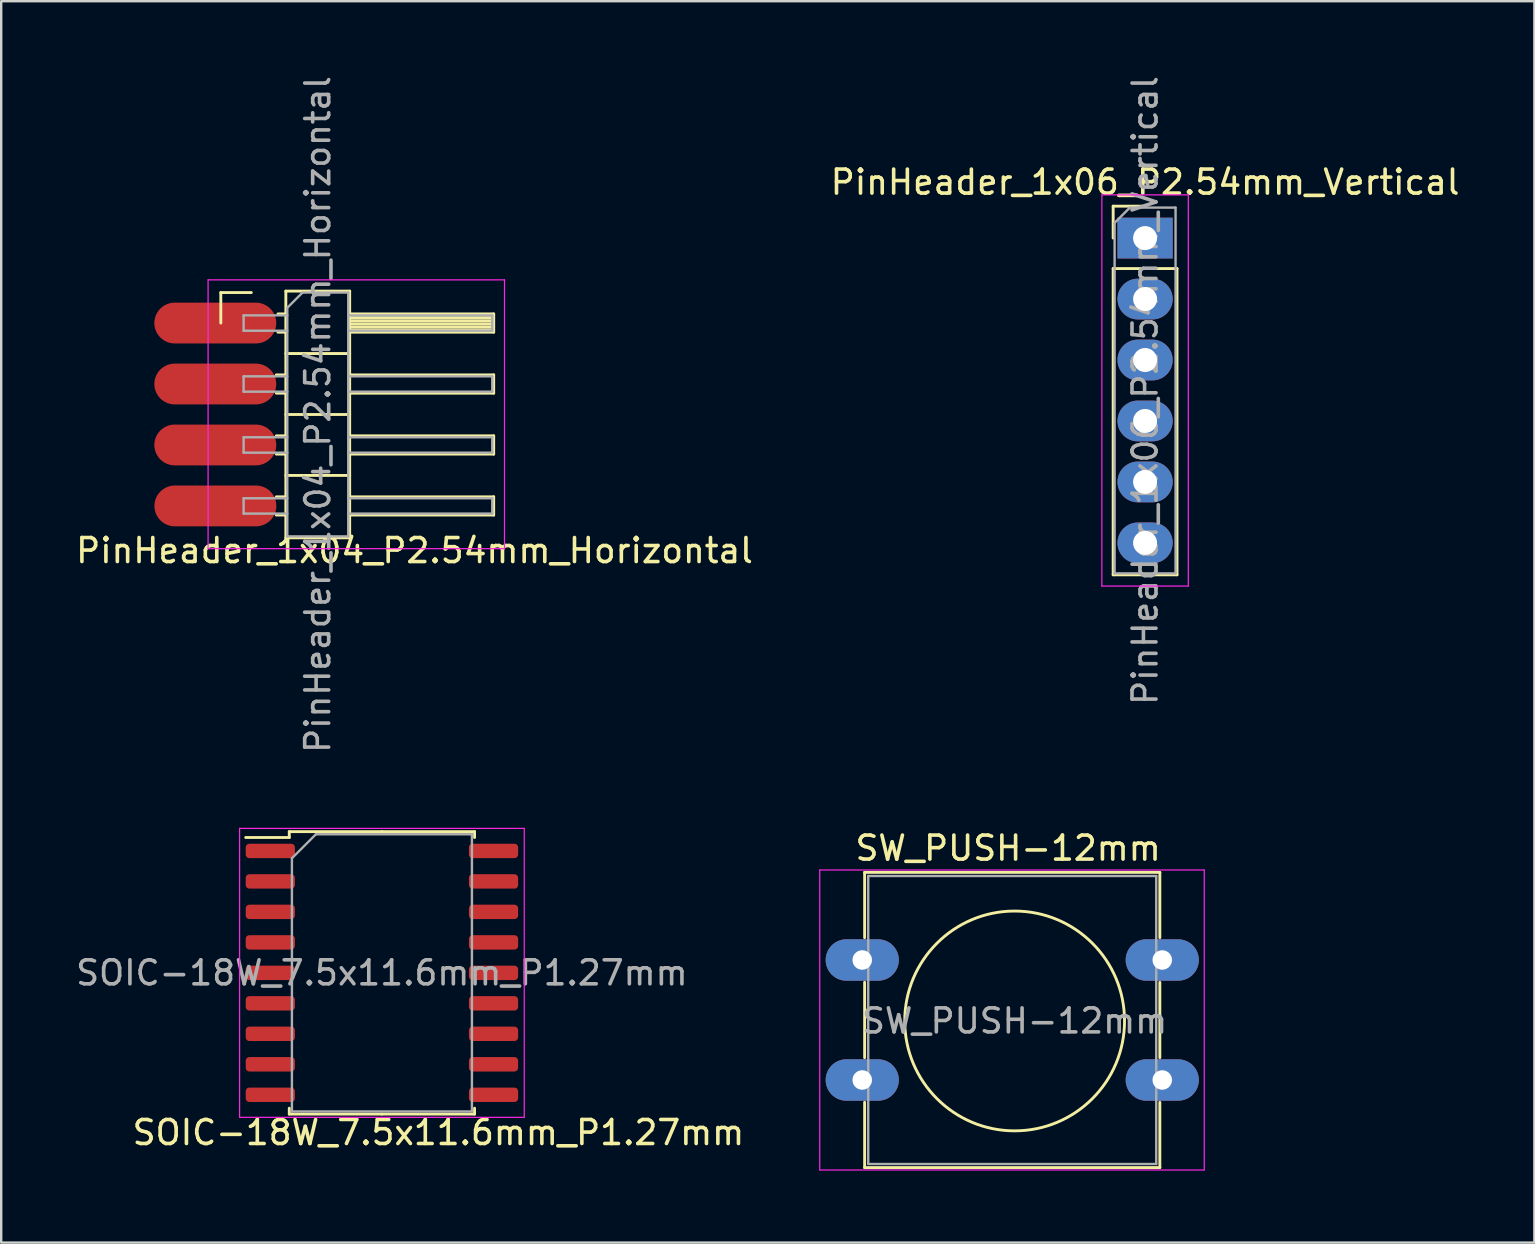
<source format=kicad_pcb>
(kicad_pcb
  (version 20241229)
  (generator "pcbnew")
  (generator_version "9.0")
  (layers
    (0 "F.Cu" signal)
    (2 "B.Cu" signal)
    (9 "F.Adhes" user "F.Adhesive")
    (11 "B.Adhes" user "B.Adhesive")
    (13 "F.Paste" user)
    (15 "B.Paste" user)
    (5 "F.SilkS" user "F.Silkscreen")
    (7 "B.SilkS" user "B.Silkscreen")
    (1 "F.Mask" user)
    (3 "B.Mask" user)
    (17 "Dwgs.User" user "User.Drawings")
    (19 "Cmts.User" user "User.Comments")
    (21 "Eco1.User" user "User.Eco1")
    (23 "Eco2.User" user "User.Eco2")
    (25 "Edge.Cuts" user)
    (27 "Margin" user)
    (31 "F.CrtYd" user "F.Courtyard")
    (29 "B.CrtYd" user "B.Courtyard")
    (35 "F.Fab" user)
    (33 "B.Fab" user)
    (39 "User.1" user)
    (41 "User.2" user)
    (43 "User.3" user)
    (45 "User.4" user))
  (footprint "SOIC-18W_7.5x11.6mm_P1.27mm"
    (layer "F.Cu")
    (at 12.863 37.485)
    (property "Reference" "SOIC-18W_7.5x11.6mm_P1.27mm" (at 2.355 6.655 180) (layer "F.SilkS") (effects (font (size 1 1) (thickness 0.15))))
    (attr smd)
    (fp_line (start -3.86 -5.885) (end -3.86 -5.64) (stroke (width 0.12) (type solid)) (layer "F.SilkS"))
    (fp_line (start -3.86 -5.64) (end -5.675 -5.64) (stroke (width 0.12) (type solid)) (layer "F.SilkS"))
    (fp_line (start -3.86 5.885) (end -3.86 5.64) (stroke (width 0.12) (type solid)) (layer "F.SilkS"))
    (fp_line (start 0 -5.885) (end -3.86 -5.885) (stroke (width 0.12) (type solid)) (layer "F.SilkS"))
    (fp_line (start 0 -5.885) (end 3.86 -5.885) (stroke (width 0.12) (type solid)) (layer "F.SilkS"))
    (fp_line (start 0 5.885) (end -3.86 5.885) (stroke (width 0.12) (type solid)) (layer "F.SilkS"))
    (fp_line (start 0 5.885) (end 3.86 5.885) (stroke (width 0.12) (type solid)) (layer "F.SilkS"))
    (fp_line (start 3.86 -5.885) (end 3.86 -5.64) (stroke (width 0.12) (type solid)) (layer "F.SilkS"))
    (fp_line (start 3.86 5.885) (end 3.86 5.64) (stroke (width 0.12) (type solid)) (layer "F.SilkS"))
    (fp_line (start -5.93 -6.02) (end -5.93 6.02) (stroke (width 0.05) (type solid)) (layer "F.CrtYd"))
    (fp_line (start -5.93 6.02) (end 5.93 6.02) (stroke (width 0.05) (type solid)) (layer "F.CrtYd"))
    (fp_line (start 5.93 -6.02) (end -5.93 -6.02) (stroke (width 0.05) (type solid)) (layer "F.CrtYd"))
    (fp_line (start 5.93 6.02) (end 5.93 -6.02) (stroke (width 0.05) (type solid)) (layer "F.CrtYd"))
    (fp_line (start -3.75 -4.775) (end -2.75 -5.775) (stroke (width 0.1) (type solid)) (layer "F.Fab"))
    (fp_line (start -3.75 5.775) (end -3.75 -4.775) (stroke (width 0.1) (type solid)) (layer "F.Fab"))
    (fp_line (start -2.75 -5.775) (end 3.75 -5.775) (stroke (width 0.1) (type solid)) (layer "F.Fab"))
    (fp_line (start 3.75 -5.775) (end 3.75 5.775) (stroke (width 0.1) (type solid)) (layer "F.Fab"))
    (fp_line (start 3.75 5.775) (end -3.75 5.775) (stroke (width 0.1) (type solid)) (layer "F.Fab"))
    (fp_text user "${REFERENCE}" (at 0 0 180) (layer "F.Fab") (effects (font (size 1 1) (thickness 0.15))))
    (pad "1" smd roundrect (at -4.65 -5.08) (size 2.05 0.6) (layers "F.Cu" "F.Mask" "F.Paste") (roundrect_rratio 0.25))
    (pad "2" smd roundrect (at -4.65 -3.81) (size 2.05 0.6) (layers "F.Cu" "F.Mask" "F.Paste") (roundrect_rratio 0.25))
    (pad "3" smd roundrect (at -4.65 -2.54) (size 2.05 0.6) (layers "F.Cu" "F.Mask" "F.Paste") (roundrect_rratio 0.25))
    (pad "4" smd roundrect (at -4.65 -1.27) (size 2.05 0.6) (layers "F.Cu" "F.Mask" "F.Paste") (roundrect_rratio 0.25))
    (pad "5" smd roundrect (at -4.65 0) (size 2.05 0.6) (layers "F.Cu" "F.Mask" "F.Paste") (roundrect_rratio 0.25))
    (pad "6" smd roundrect (at -4.65 1.27) (size 2.05 0.6) (layers "F.Cu" "F.Mask" "F.Paste") (roundrect_rratio 0.25))
    (pad "7" smd roundrect (at -4.65 2.54) (size 2.05 0.6) (layers "F.Cu" "F.Mask" "F.Paste") (roundrect_rratio 0.25))
    (pad "8" smd roundrect (at -4.65 3.81) (size 2.05 0.6) (layers "F.Cu" "F.Mask" "F.Paste") (roundrect_rratio 0.25))
    (pad "9" smd roundrect (at -4.65 5.08) (size 2.05 0.6) (layers "F.Cu" "F.Mask" "F.Paste") (roundrect_rratio 0.25))
    (pad "10" smd roundrect (at 4.65 5.08) (size 2.05 0.6) (layers "F.Cu" "F.Mask" "F.Paste") (roundrect_rratio 0.25))
    (pad "11" smd roundrect (at 4.65 3.81) (size 2.05 0.6) (layers "F.Cu" "F.Mask" "F.Paste") (roundrect_rratio 0.25))
    (pad "12" smd roundrect (at 4.65 2.54) (size 2.05 0.6) (layers "F.Cu" "F.Mask" "F.Paste") (roundrect_rratio 0.25))
    (pad "13" smd roundrect (at 4.65 1.27) (size 2.05 0.6) (layers "F.Cu" "F.Mask" "F.Paste") (roundrect_rratio 0.25))
    (pad "14" smd roundrect (at 4.65 0) (size 2.05 0.6) (layers "F.Cu" "F.Mask" "F.Paste") (roundrect_rratio 0.25))
    (pad "15" smd roundrect (at 4.65 -1.27) (size 2.05 0.6) (layers "F.Cu" "F.Mask" "F.Paste") (roundrect_rratio 0.25))
    (pad "16" smd roundrect (at 4.65 -2.54) (size 2.05 0.6) (layers "F.Cu" "F.Mask" "F.Paste") (roundrect_rratio 0.25))
    (pad "17" smd roundrect (at 4.65 -3.81) (size 2.05 0.6) (layers "F.Cu" "F.Mask" "F.Paste") (roundrect_rratio 0.25))
    (pad "18" smd roundrect (at 4.65 -5.08) (size 2.05 0.6) (layers "F.Cu" "F.Mask" "F.Paste") (roundrect_rratio 0.25)))
  (footprint "PinHeader_1x04_P2.54mm_Horizontal"
    (layer "F.Cu")
    (at 7.42 10.41)
    (property "Reference" "PinHeader_1x04_P2.54mm_Horizontal" (at 6.8 9.481 0) (layer "F.SilkS") (effects (font (size 1 1) (thickness 0.15))))
    (attr smd)
    (fp_line (start -1.27 -1.27) (end 0 -1.27) (stroke (width 0.12) (type solid)) (layer "F.SilkS"))
    (fp_line (start -1.27 0) (end -1.27 -1.27) (stroke (width 0.12) (type solid)) (layer "F.SilkS"))
    (fp_line (start 1.043 2.16) (end 1.44 2.16) (stroke (width 0.12) (type solid)) (layer "F.SilkS"))
    (fp_line (start 1.043 2.92) (end 1.44 2.92) (stroke (width 0.12) (type solid)) (layer "F.SilkS"))
    (fp_line (start 1.043 4.7) (end 1.44 4.7) (stroke (width 0.12) (type solid)) (layer "F.SilkS"))
    (fp_line (start 1.043 5.46) (end 1.44 5.46) (stroke (width 0.12) (type solid)) (layer "F.SilkS"))
    (fp_line (start 1.043 7.24) (end 1.44 7.24) (stroke (width 0.12) (type solid)) (layer "F.SilkS"))
    (fp_line (start 1.043 8) (end 1.44 8) (stroke (width 0.12) (type solid)) (layer "F.SilkS"))
    (fp_line (start 1.11 -0.38) (end 1.44 -0.38) (stroke (width 0.12) (type solid)) (layer "F.SilkS"))
    (fp_line (start 1.11 0.38) (end 1.44 0.38) (stroke (width 0.12) (type solid)) (layer "F.SilkS"))
    (fp_line (start 1.44 -1.33) (end 1.44 8.95) (stroke (width 0.12) (type solid)) (layer "F.SilkS"))
    (fp_line (start 1.44 1.27) (end 4.1 1.27) (stroke (width 0.12) (type solid)) (layer "F.SilkS"))
    (fp_line (start 1.44 3.81) (end 4.1 3.81) (stroke (width 0.12) (type solid)) (layer "F.SilkS"))
    (fp_line (start 1.44 6.35) (end 4.1 6.35) (stroke (width 0.12) (type solid)) (layer "F.SilkS"))
    (fp_line (start 1.44 8.95) (end 4.1 8.95) (stroke (width 0.12) (type solid)) (layer "F.SilkS"))
    (fp_line (start 4.1 -1.33) (end 1.44 -1.33) (stroke (width 0.12) (type solid)) (layer "F.SilkS"))
    (fp_line (start 4.1 -0.38) (end 10.1 -0.38) (stroke (width 0.12) (type solid)) (layer "F.SilkS"))
    (fp_line (start 4.1 -0.32) (end 10.1 -0.32) (stroke (width 0.12) (type solid)) (layer "F.SilkS"))
    (fp_line (start 4.1 -0.2) (end 10.1 -0.2) (stroke (width 0.12) (type solid)) (layer "F.SilkS"))
    (fp_line (start 4.1 -0.08) (end 10.1 -0.08) (stroke (width 0.12) (type solid)) (layer "F.SilkS"))
    (fp_line (start 4.1 0.04) (end 10.1 0.04) (stroke (width 0.12) (type solid)) (layer "F.SilkS"))
    (fp_line (start 4.1 0.16) (end 10.1 0.16) (stroke (width 0.12) (type solid)) (layer "F.SilkS"))
    (fp_line (start 4.1 0.28) (end 10.1 0.28) (stroke (width 0.12) (type solid)) (layer "F.SilkS"))
    (fp_line (start 4.1 2.16) (end 10.1 2.16) (stroke (width 0.12) (type solid)) (layer "F.SilkS"))
    (fp_line (start 4.1 4.7) (end 10.1 4.7) (stroke (width 0.12) (type solid)) (layer "F.SilkS"))
    (fp_line (start 4.1 7.24) (end 10.1 7.24) (stroke (width 0.12) (type solid)) (layer "F.SilkS"))
    (fp_line (start 4.1 8.95) (end 4.1 -1.33) (stroke (width 0.12) (type solid)) (layer "F.SilkS"))
    (fp_line (start 10.1 -0.38) (end 10.1 0.38) (stroke (width 0.12) (type solid)) (layer "F.SilkS"))
    (fp_line (start 10.1 0.38) (end 4.1 0.38) (stroke (width 0.12) (type solid)) (layer "F.SilkS"))
    (fp_line (start 10.1 2.16) (end 10.1 2.92) (stroke (width 0.12) (type solid)) (layer "F.SilkS"))
    (fp_line (start 10.1 2.92) (end 4.1 2.92) (stroke (width 0.12) (type solid)) (layer "F.SilkS"))
    (fp_line (start 10.1 4.7) (end 10.1 5.46) (stroke (width 0.12) (type solid)) (layer "F.SilkS"))
    (fp_line (start 10.1 5.46) (end 4.1 5.46) (stroke (width 0.12) (type solid)) (layer "F.SilkS"))
    (fp_line (start 10.1 7.24) (end 10.1 8) (stroke (width 0.12) (type solid)) (layer "F.SilkS"))
    (fp_line (start 10.1 8) (end 4.1 8) (stroke (width 0.12) (type solid)) (layer "F.SilkS"))
    (fp_line (start -1.8 -1.8) (end -1.8 9.4) (stroke (width 0.05) (type solid)) (layer "F.CrtYd"))
    (fp_line (start -1.8 9.4) (end 10.55 9.4) (stroke (width 0.05) (type solid)) (layer "F.CrtYd"))
    (fp_line (start 10.55 -1.8) (end -1.8 -1.8) (stroke (width 0.05) (type solid)) (layer "F.CrtYd"))
    (fp_line (start 10.55 9.4) (end 10.55 -1.8) (stroke (width 0.05) (type solid)) (layer "F.CrtYd"))
    (fp_line (start -0.32 -0.32) (end -0.32 0.32) (stroke (width 0.1) (type solid)) (layer "F.Fab"))
    (fp_line (start -0.32 -0.32) (end 1.5 -0.32) (stroke (width 0.1) (type solid)) (layer "F.Fab"))
    (fp_line (start -0.32 0.32) (end 1.5 0.32) (stroke (width 0.1) (type solid)) (layer "F.Fab"))
    (fp_line (start -0.32 2.22) (end -0.32 2.86) (stroke (width 0.1) (type solid)) (layer "F.Fab"))
    (fp_line (start -0.32 2.22) (end 1.5 2.22) (stroke (width 0.1) (type solid)) (layer "F.Fab"))
    (fp_line (start -0.32 2.86) (end 1.5 2.86) (stroke (width 0.1) (type solid)) (layer "F.Fab"))
    (fp_line (start -0.32 4.76) (end -0.32 5.4) (stroke (width 0.1) (type solid)) (layer "F.Fab"))
    (fp_line (start -0.32 4.76) (end 1.5 4.76) (stroke (width 0.1) (type solid)) (layer "F.Fab"))
    (fp_line (start -0.32 5.4) (end 1.5 5.4) (stroke (width 0.1) (type solid)) (layer "F.Fab"))
    (fp_line (start -0.32 7.3) (end -0.32 7.94) (stroke (width 0.1) (type solid)) (layer "F.Fab"))
    (fp_line (start -0.32 7.3) (end 1.5 7.3) (stroke (width 0.1) (type solid)) (layer "F.Fab"))
    (fp_line (start -0.32 7.94) (end 1.5 7.94) (stroke (width 0.1) (type solid)) (layer "F.Fab"))
    (fp_line (start 1.5 -0.635) (end 2.135 -1.27) (stroke (width 0.1) (type solid)) (layer "F.Fab"))
    (fp_line (start 1.5 8.89) (end 1.5 -0.635) (stroke (width 0.1) (type solid)) (layer "F.Fab"))
    (fp_line (start 2.135 -1.27) (end 4.04 -1.27) (stroke (width 0.1) (type solid)) (layer "F.Fab"))
    (fp_line (start 4.04 -1.27) (end 4.04 8.89) (stroke (width 0.1) (type solid)) (layer "F.Fab"))
    (fp_line (start 4.04 -0.32) (end 10.04 -0.32) (stroke (width 0.1) (type solid)) (layer "F.Fab"))
    (fp_line (start 4.04 0.32) (end 10.04 0.32) (stroke (width 0.1) (type solid)) (layer "F.Fab"))
    (fp_line (start 4.04 2.22) (end 10.04 2.22) (stroke (width 0.1) (type solid)) (layer "F.Fab"))
    (fp_line (start 4.04 2.86) (end 10.04 2.86) (stroke (width 0.1) (type solid)) (layer "F.Fab"))
    (fp_line (start 4.04 4.76) (end 10.04 4.76) (stroke (width 0.1) (type solid)) (layer "F.Fab"))
    (fp_line (start 4.04 5.4) (end 10.04 5.4) (stroke (width 0.1) (type solid)) (layer "F.Fab"))
    (fp_line (start 4.04 7.3) (end 10.04 7.3) (stroke (width 0.1) (type solid)) (layer "F.Fab"))
    (fp_line (start 4.04 7.94) (end 10.04 7.94) (stroke (width 0.1) (type solid)) (layer "F.Fab"))
    (fp_line (start 4.04 8.89) (end 1.5 8.89) (stroke (width 0.1) (type solid)) (layer "F.Fab"))
    (fp_line (start 10.04 -0.32) (end 10.04 0.32) (stroke (width 0.1) (type solid)) (layer "F.Fab"))
    (fp_line (start 10.04 2.22) (end 10.04 2.86) (stroke (width 0.1) (type solid)) (layer "F.Fab"))
    (fp_line (start 10.04 4.76) (end 10.04 5.4) (stroke (width 0.1) (type solid)) (layer "F.Fab"))
    (fp_line (start 10.04 7.3) (end 10.04 7.94) (stroke (width 0.1) (type solid)) (layer "F.Fab"))
    (fp_text user "${REFERENCE}" (at 2.77 3.81 90) (layer "F.Fab") (effects (font (size 1 1) (thickness 0.15))))
    (pad "1" smd oval (at -1.5 0) (size 5.08 1.7) (layers "F.Cu" "F.Mask" "F.Paste"))
    (pad "2" smd oval (at -1.5 2.54) (size 5.08 1.7) (layers "F.Cu" "F.Mask" "F.Paste"))
    (pad "3" smd oval (at -1.5 5.08) (size 5.08 1.7) (layers "F.Cu" "F.Mask" "F.Paste"))
    (pad "4" smd oval (at -1.496 7.62) (size 5.08 1.7) (layers "F.Cu" "F.Mask" "F.Paste")))
  (footprint "SW_PUSH-12mm"
    (layer "F.Cu")
    (at 32.876 36.949)
    (property "Reference" "SW_PUSH-12mm" (at 6.08 -4.66 0) (layer "F.SilkS") (effects (font (size 1 1) (thickness 0.15))))
    (attr through_hole)
    (fp_line (start 0.1 -3.65) (end 12.4 -3.65) (stroke (width 0.12) (type solid)) (layer "F.SilkS"))
    (fp_line (start 0.1 -0.93) (end 0.1 -3.65) (stroke (width 0.12) (type solid)) (layer "F.SilkS"))
    (fp_line (start 0.1 4.07) (end 0.1 0.93) (stroke (width 0.12) (type solid)) (layer "F.SilkS"))
    (fp_line (start 0.1 8.65) (end 0.1 5.93) (stroke (width 0.12) (type solid)) (layer "F.SilkS"))
    (fp_line (start 12.4 -3.65) (end 12.4 -0.93) (stroke (width 0.12) (type solid)) (layer "F.SilkS"))
    (fp_line (start 12.4 0.93) (end 12.4 4.07) (stroke (width 0.12) (type solid)) (layer "F.SilkS"))
    (fp_line (start 12.4 5.93) (end 12.4 8.65) (stroke (width 0.12) (type solid)) (layer "F.SilkS"))
    (fp_line (start 12.4 8.65) (end 0.1 8.65) (stroke (width 0.12) (type solid)) (layer "F.SilkS"))
    (fp_circle (center 6.35 2.54) (end 10.16 5.08) (stroke (width 0.12) (type solid)) (fill no) (layer "F.SilkS"))
    (fp_line (start -1.77 -3.75) (end -1.77 8.75) (stroke (width 0.05) (type solid)) (layer "F.CrtYd"))
    (fp_line (start -1.77 -3.75) (end 14.25 -3.75) (stroke (width 0.05) (type solid)) (layer "F.CrtYd"))
    (fp_line (start 14.25 8.75) (end -1.77 8.75) (stroke (width 0.05) (type solid)) (layer "F.CrtYd"))
    (fp_line (start 14.25 8.75) (end 14.25 -3.75) (stroke (width 0.05) (type solid)) (layer "F.CrtYd"))
    (fp_line (start 0.25 -3.5) (end 0.25 8.5) (stroke (width 0.1) (type solid)) (layer "F.Fab"))
    (fp_line (start 0.25 -3.5) (end 12.25 -3.5) (stroke (width 0.1) (type solid)) (layer "F.Fab"))
    (fp_line (start 0.25 8.5) (end 12.25 8.5) (stroke (width 0.1) (type solid)) (layer "F.Fab"))
    (fp_line (start 12.25 -3.5) (end 12.25 8.5) (stroke (width 0.1) (type solid)) (layer "F.Fab"))
    (fp_text user "${REFERENCE}" (at 6.35 2.54 0) (layer "F.Fab") (effects (font (size 1 1) (thickness 0.15))))
    (pad "1" thru_hole oval (at 0 0) (size 3.048 1.727) (drill 0.813) (layers "*.Cu" "*.Mask"))
    (pad "1" thru_hole oval (at 12.5 0) (size 3.048 1.727) (drill 0.813) (layers "*.Cu" "*.Mask"))
    (pad "2" thru_hole oval (at 0 5) (size 3.048 1.727) (drill 0.813) (layers "*.Cu" "*.Mask"))
    (pad "2" thru_hole oval (at 12.5 5) (size 3.048 1.727) (drill 0.813) (layers "*.Cu" "*.Mask")))
  (footprint "PinHeader_1x06_P2.54mm_Vertical"
    (layer "F.Cu")
    (at 44.661 6.87)
    (property "Reference" "PinHeader_1x06_P2.54mm_Vertical" (at 0 -2.33 0) (layer "F.SilkS") (effects (font (size 1 1) (thickness 0.15))))
    (attr through_hole)
    (fp_line (start -1.33 -1.33) (end 0 -1.33) (stroke (width 0.12) (type solid)) (layer "F.SilkS"))
    (fp_line (start -1.33 0) (end -1.33 -1.33) (stroke (width 0.12) (type solid)) (layer "F.SilkS"))
    (fp_line (start -1.33 1.27) (end -1.33 14.03) (stroke (width 0.12) (type solid)) (layer "F.SilkS"))
    (fp_line (start -1.33 1.27) (end 1.33 1.27) (stroke (width 0.12) (type solid)) (layer "F.SilkS"))
    (fp_line (start -1.33 14.03) (end 1.33 14.03) (stroke (width 0.12) (type solid)) (layer "F.SilkS"))
    (fp_line (start 1.33 1.27) (end 1.33 14.03) (stroke (width 0.12) (type solid)) (layer "F.SilkS"))
    (fp_line (start -1.8 -1.8) (end -1.8 14.5) (stroke (width 0.05) (type solid)) (layer "F.CrtYd"))
    (fp_line (start -1.8 14.5) (end 1.8 14.5) (stroke (width 0.05) (type solid)) (layer "F.CrtYd"))
    (fp_line (start 1.8 -1.8) (end -1.8 -1.8) (stroke (width 0.05) (type solid)) (layer "F.CrtYd"))
    (fp_line (start 1.8 14.5) (end 1.8 -1.8) (stroke (width 0.05) (type solid)) (layer "F.CrtYd"))
    (fp_line (start -1.27 -0.635) (end -0.635 -1.27) (stroke (width 0.1) (type solid)) (layer "F.Fab"))
    (fp_line (start -1.27 13.97) (end -1.27 -0.635) (stroke (width 0.1) (type solid)) (layer "F.Fab"))
    (fp_line (start -0.635 -1.27) (end 1.27 -1.27) (stroke (width 0.1) (type solid)) (layer "F.Fab"))
    (fp_line (start 1.27 -1.27) (end 1.27 13.97) (stroke (width 0.1) (type solid)) (layer "F.Fab"))
    (fp_line (start 1.27 13.97) (end -1.27 13.97) (stroke (width 0.1) (type solid)) (layer "F.Fab"))
    (fp_text user "${REFERENCE}" (at 0 6.35 90) (layer "F.Fab") (effects (font (size 1 1) (thickness 0.15))))
    (pad "1" thru_hole rect (at 0 0) (size 2.3 1.7) (drill 1) (layers "*.Cu" "*.Mask"))
    (pad "2" thru_hole oval (at 0 2.54) (size 2.3 1.7) (drill 1) (layers "*.Cu" "*.Mask"))
    (pad "3" thru_hole oval (at 0 5.08) (size 2.3 1.7) (drill 1) (layers "*.Cu" "*.Mask"))
    (pad "4" thru_hole oval (at 0 7.62) (size 2.3 1.7) (drill 1) (layers "*.Cu" "*.Mask"))
    (pad "5" thru_hole oval (at 0 10.16) (size 2.3 1.7) (drill 1) (layers "*.Cu" "*.Mask"))
    (pad "6" thru_hole oval (at 0 12.7) (size 2.3 1.7) (drill 1) (layers "*.Cu" "*.Mask")))
  (gr_rect
    (start -3 -3)
    (end 60.881 48.724)
    (stroke (width 0.1) (type default))
    (fill no)
    (layer "Edge.Cuts")))
</source>
